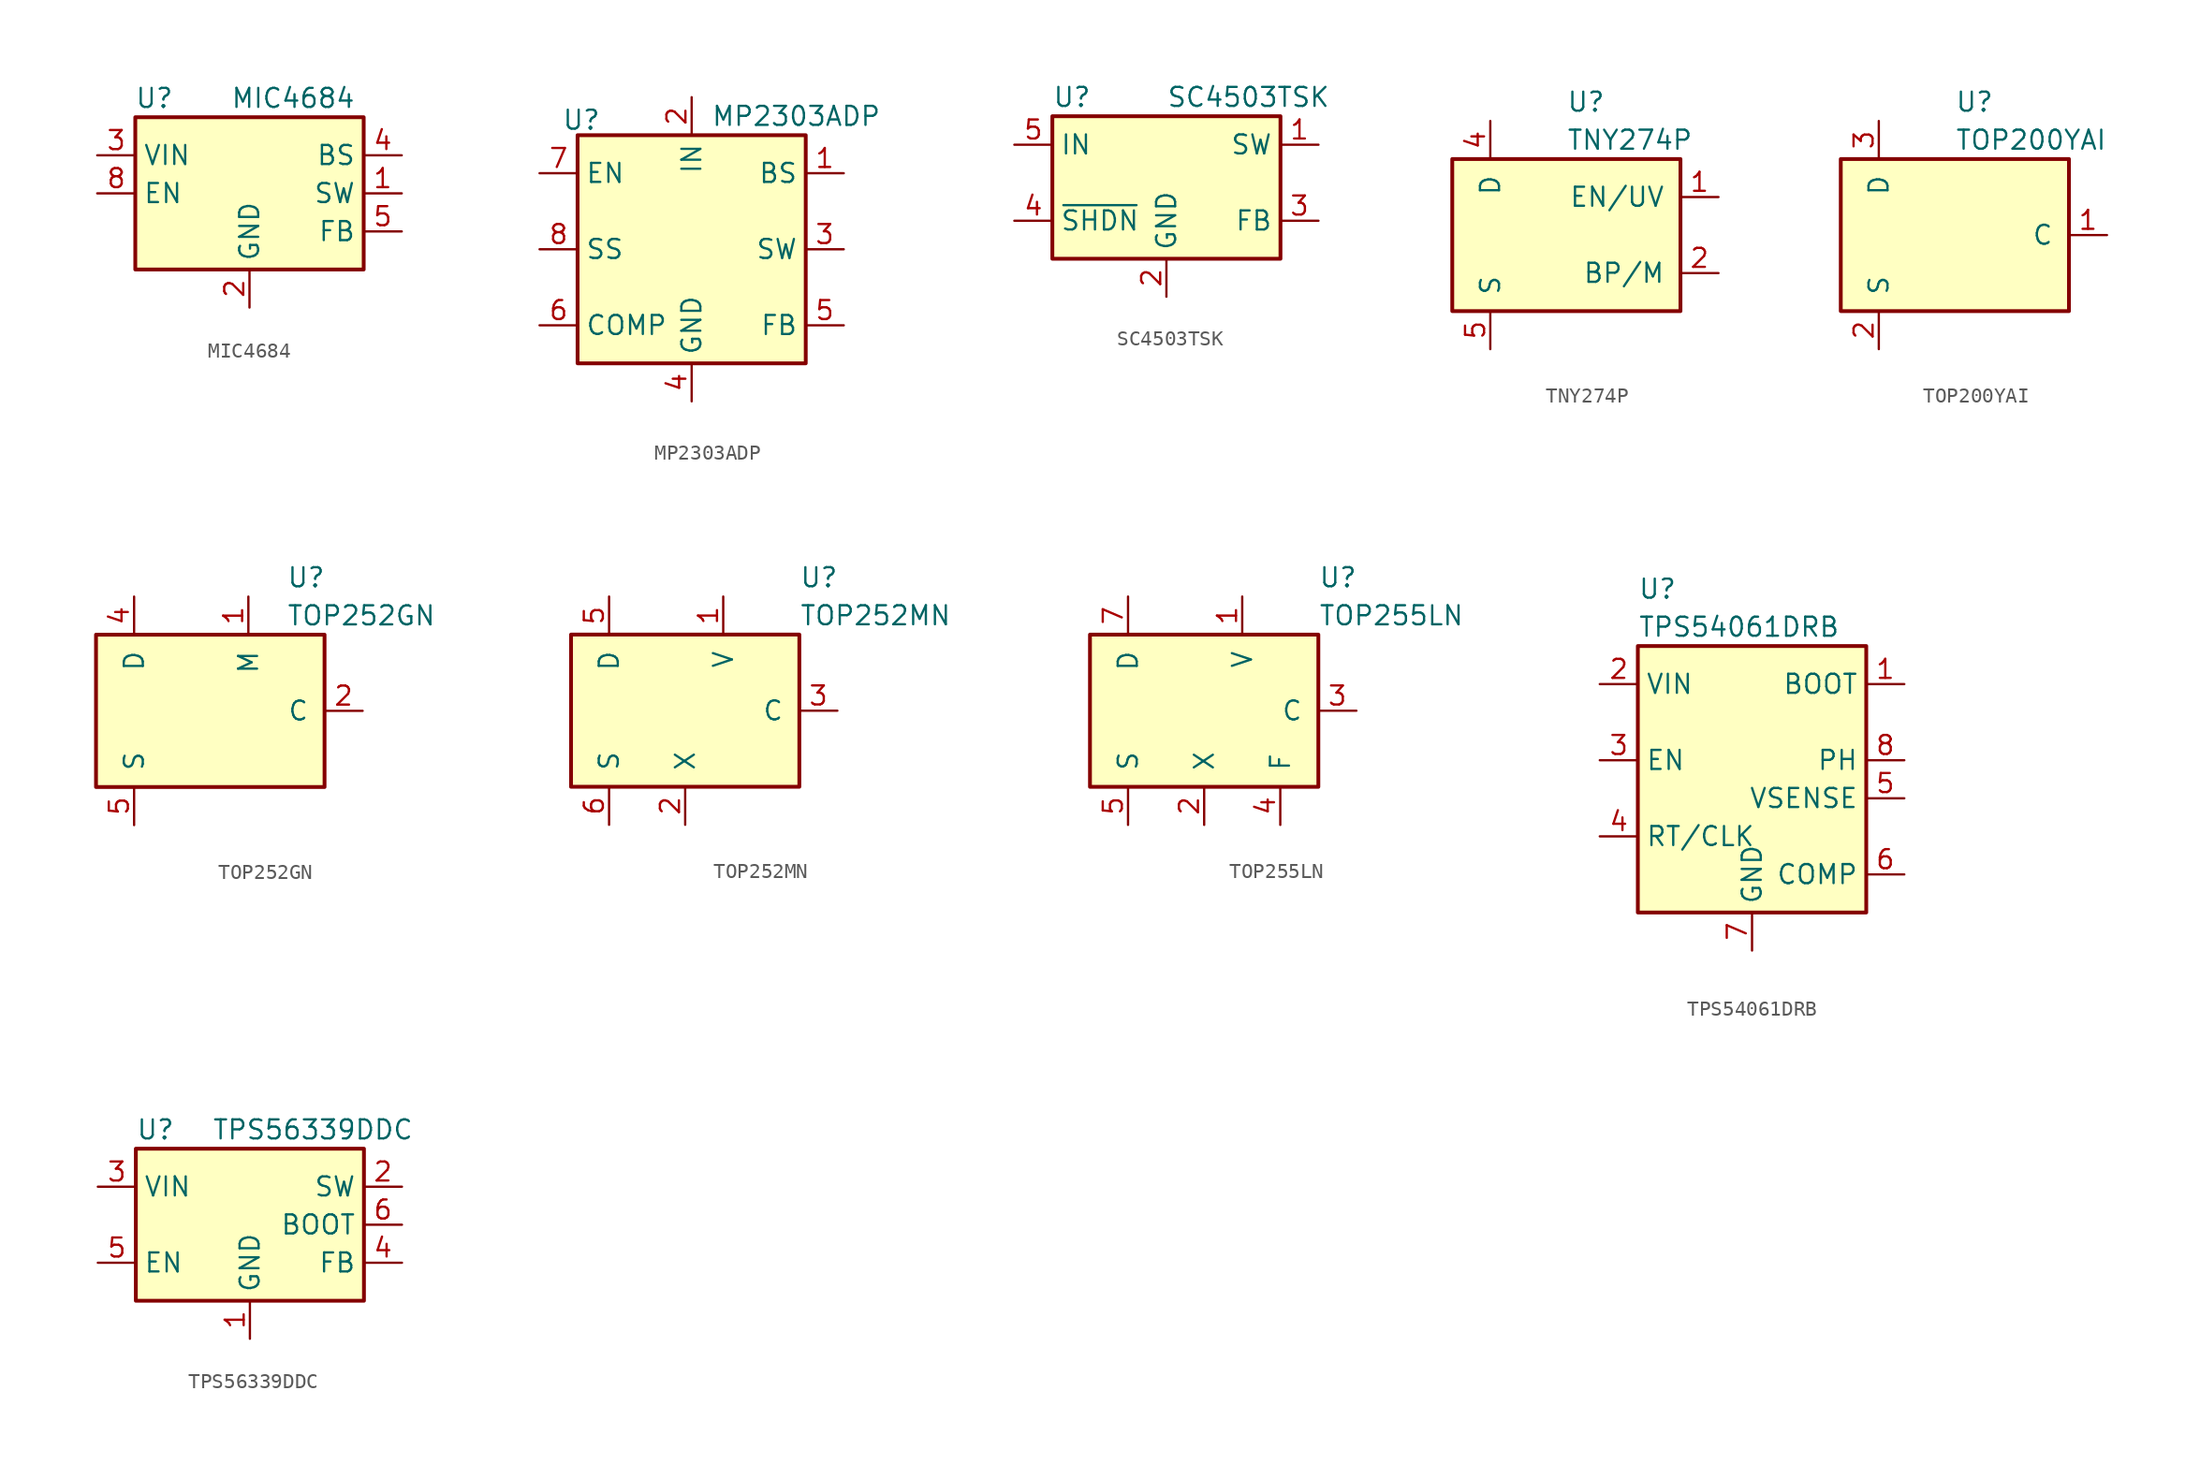
<source format=kicad_sym>
(kicad_symbol_lib
  (version 20201005)
  (generator kicad_symbol_editor)
  (symbol "MIC4684"
    (property "Reference" "U"
      (at -6.35 6.35 0)
      (effects (font (size 1.27 1.27))))
    (property "Value" "MIC4684"
      (at -1.27 6.35 0)
      (effects (font (size 1.27 1.27)) (justify left)))
    (symbol "MIC4684_0_1"
      (rectangle (start -7.62 5.08) (end 7.62 -5.08) (stroke (width 0.254)) (fill (type background))))
    (symbol "MIC4684_1_1"
      (pin power_out line (at 10.16 0 180) (length 2.54) (name "SW" (effects (font (size 1.27 1.27)))) (number "1" (effects (font (size 1.27 1.27)))))
      (pin power_in line (at 0 -7.62 90) (length 2.54) (name "GND" (effects (font (size 1.27 1.27)))) (number "2" (effects (font (size 1.27 1.27)))))
      (pin power_in line (at -10.16 2.54 0) (length 2.54) (name "VIN" (effects (font (size 1.27 1.27)))) (number "3" (effects (font (size 1.27 1.27)))))
      (pin passive line (at 10.16 2.54 180) (length 2.54) (name "BS" (effects (font (size 1.27 1.27)))) (number "4" (effects (font (size 1.27 1.27)))))
      (pin input line (at 10.16 -2.54 180) (length 2.54) (name "FB" (effects (font (size 1.27 1.27)))) (number "5" (effects (font (size 1.27 1.27)))))
      (pin passive line (at 0 -7.62 90) (length 2.54) hide (name "GND" (effects (font (size 1.27 1.27)))) (number "6" (effects (font (size 1.27 1.27)))))
      (pin passive line (at 0 -7.62 90) (length 2.54) hide (name "GND" (effects (font (size 1.27 1.27)))) (number "7" (effects (font (size 1.27 1.27)))))
      (pin input line (at -10.16 0 0) (length 2.54) (name "EN" (effects (font (size 1.27 1.27)))) (number "8" (effects (font (size 1.27 1.27)))))))
  (symbol "MP2303ADP"
    (property "Reference" "U"
      (at -7.366 8.636 0)
      (effects (font (size 1.27 1.27))))
    (property "Value" "MP2303ADP"
      (at 6.985 8.89 0)
      (effects (font (size 1.27 1.27))))
    (symbol "MP2303ADP_0_1"
      (rectangle (start -7.62 7.62) (end 7.62 -7.62) (stroke (width 0.254)) (fill (type background))))
    (symbol "MP2303ADP_1_1"
      (pin passive line (at 10.16 5.08 180) (length 2.54) (name "BS" (effects (font (size 1.27 1.27)))) (number "1" (effects (font (size 1.27 1.27)))))
      (pin power_in line (at 0 10.16 270) (length 2.54) (name "IN" (effects (font (size 1.27 1.27)))) (number "2" (effects (font (size 1.27 1.27)))))
      (pin output line (at 10.16 0 180) (length 2.54) (name "SW" (effects (font (size 1.27 1.27)))) (number "3" (effects (font (size 1.27 1.27)))))
      (pin power_in line (at 0 -10.16 90) (length 2.54) (name "GND" (effects (font (size 1.27 1.27)))) (number "4" (effects (font (size 1.27 1.27)))))
      (pin input line (at 10.16 -5.08 180) (length 2.54) (name "FB" (effects (font (size 1.27 1.27)))) (number "5" (effects (font (size 1.27 1.27)))))
      (pin passive line (at -10.16 -5.08 0) (length 2.54) (name "COMP" (effects (font (size 1.27 1.27)))) (number "6" (effects (font (size 1.27 1.27)))))
      (pin input line (at -10.16 5.08 0) (length 2.54) (name "EN" (effects (font (size 1.27 1.27)))) (number "7" (effects (font (size 1.27 1.27)))))
      (pin input line (at -10.16 0 0) (length 2.54) (name "SS" (effects (font (size 1.27 1.27)))) (number "8" (effects (font (size 1.27 1.27)))))))
  (symbol "SC4503TSK"
    (property "Reference" "U"
      (at -7.62 5.715 0)
      (effects (font (size 1.27 1.27)) (justify left)))
    (property "Value" "SC4503TSK"
      (at 0 5.715 0)
      (effects (font (size 1.27 1.27)) (justify left)))
    (symbol "SC4503TSK_0_1"
      (rectangle (start -7.62 4.445) (end 7.62 -5.08) (stroke (width 0.254)) (fill (type background))))
    (symbol "SC4503TSK_1_1"
      (pin passive line (at 10.16 2.54 180) (length 2.54) (name "SW" (effects (font (size 1.27 1.27)))) (number "1" (effects (font (size 1.27 1.27)))))
      (pin power_in line (at 0 -7.62 90) (length 2.54) (name "GND" (effects (font (size 1.27 1.27)))) (number "2" (effects (font (size 1.27 1.27)))))
      (pin input line (at 10.16 -2.54 180) (length 2.54) (name "FB" (effects (font (size 1.27 1.27)))) (number "3" (effects (font (size 1.27 1.27)))))
      (pin input line (at -10.16 -2.54 0) (length 2.54) (name "~SHDN~" (effects (font (size 1.27 1.27)))) (number "4" (effects (font (size 1.27 1.27)))))
      (pin power_in line (at -10.16 2.54 0) (length 2.54) (name "IN" (effects (font (size 1.27 1.27)))) (number "5" (effects (font (size 1.27 1.27)))))))
  (symbol "TNY274P"
    (pin_names
      (offset 1.016))
    (property "Reference" "U"
      (at 0 8.89 0)
      (effects (font (size 1.27 1.27)) (justify left)))
    (property "Value" "TNY274P"
      (at 0 6.35 0)
      (effects (font (size 1.27 1.27)) (justify left)))
    (symbol "TNY274P_0_1"
      (rectangle (start -7.62 5.08) (end 7.62 -5.08) (stroke (width 0.254)) (fill (type background))))
    (symbol "TNY274P_1_1"
      (pin input line (at 10.16 2.54 180) (length 2.54) (name "EN/UV" (effects (font (size 1.27 1.27)))) (number "1" (effects (font (size 1.27 1.27)))))
      (pin input line (at 10.16 -2.54 180) (length 2.54) (name "BP/M" (effects (font (size 1.27 1.27)))) (number "2" (effects (font (size 1.27 1.27)))))
      (pin open_collector line (at -5.08 7.62 270) (length 2.54) (name "D" (effects (font (size 1.27 1.27)))) (number "4" (effects (font (size 1.27 1.27)))))
      (pin power_in line (at -5.08 -7.62 90) (length 2.54) (name "S" (effects (font (size 1.27 1.27)))) (number "5" (effects (font (size 1.27 1.27)))))
      (pin passive line (at -5.08 -7.62 90) (length 2.54) hide (name "S" (effects (font (size 1.27 1.27)))) (number "6" (effects (font (size 1.27 1.27)))))
      (pin passive line (at -5.08 -7.62 90) (length 2.54) hide (name "S" (effects (font (size 1.27 1.27)))) (number "7" (effects (font (size 1.27 1.27)))))
      (pin passive line (at -5.08 -7.62 90) (length 2.54) hide (name "S" (effects (font (size 1.27 1.27)))) (number "8" (effects (font (size 1.27 1.27)))))))
  (symbol "TOP200YAI"
    (pin_names
      (offset 1.016))
    (property "Reference" "U"
      (at 0 8.89 0)
      (effects (font (size 1.27 1.27)) (justify left)))
    (property "Value" "TOP200YAI"
      (at 0 6.35 0)
      (effects (font (size 1.27 1.27)) (justify left)))
    (symbol "TOP200YAI_0_1"
      (rectangle (start -7.62 5.08) (end 7.62 -5.08) (stroke (width 0.254)) (fill (type background))))
    (symbol "TOP200YAI_1_1"
      (pin input line (at 10.16 0 180) (length 2.54) (name "C" (effects (font (size 1.27 1.27)))) (number "1" (effects (font (size 1.27 1.27)))))
      (pin power_in line (at -5.08 -7.62 90) (length 2.54) (name "S" (effects (font (size 1.27 1.27)))) (number "2" (effects (font (size 1.27 1.27)))))
      (pin open_collector line (at -5.08 7.62 270) (length 2.54) (name "D" (effects (font (size 1.27 1.27)))) (number "3" (effects (font (size 1.27 1.27)))))))
  (symbol "TOP252GN"
    (pin_names
      (offset 1.016))
    (property "Reference" "U"
      (at 5.08 8.89 0)
      (effects (font (size 1.27 1.27)) (justify left)))
    (property "Value" "TOP252GN"
      (at 5.08 6.35 0)
      (effects (font (size 1.27 1.27)) (justify left)))
    (symbol "TOP252GN_0_1"
      (rectangle (start -7.62 5.08) (end 7.62 -5.08) (stroke (width 0.254)) (fill (type background))))
    (symbol "TOP252GN_1_1"
      (pin input line (at 2.54 7.62 270) (length 2.54) (name "M" (effects (font (size 1.27 1.27)))) (number "1" (effects (font (size 1.27 1.27)))))
      (pin input line (at 10.16 0 180) (length 2.54) (name "C" (effects (font (size 1.27 1.27)))) (number "2" (effects (font (size 1.27 1.27)))))
      (pin open_collector line (at -5.08 7.62 270) (length 2.54) (name "D" (effects (font (size 1.27 1.27)))) (number "4" (effects (font (size 1.27 1.27)))))
      (pin power_in line (at -5.08 -7.62 90) (length 2.54) (name "S" (effects (font (size 1.27 1.27)))) (number "5" (effects (font (size 1.27 1.27)))))
      (pin passive line (at -5.08 -7.62 90) (length 2.54) hide (name "S" (effects (font (size 1.27 1.27)))) (number "6" (effects (font (size 1.27 1.27)))))
      (pin passive line (at -5.08 -7.62 90) (length 2.54) hide (name "S" (effects (font (size 1.27 1.27)))) (number "7" (effects (font (size 1.27 1.27)))))
      (pin passive line (at -5.08 -7.62 90) (length 2.54) hide (name "S" (effects (font (size 1.27 1.27)))) (number "8" (effects (font (size 1.27 1.27)))))))
  (symbol "TOP252MN"
    (pin_names
      (offset 1.016))
    (property "Reference" "U"
      (at 7.62 8.89 0)
      (effects (font (size 1.27 1.27)) (justify left)))
    (property "Value" "TOP252MN"
      (at 7.62 6.35 0)
      (effects (font (size 1.27 1.27)) (justify left)))
    (symbol "TOP252MN_0_1"
      (rectangle (start -7.62 5.08) (end 7.62 -5.08) (stroke (width 0.254)) (fill (type background))))
    (symbol "TOP252MN_1_1"
      (pin input line (at 2.54 7.62 270) (length 2.54) (name "V" (effects (font (size 1.27 1.27)))) (number "1" (effects (font (size 1.27 1.27)))))
      (pin passive line (at -5.08 -7.62 90) (length 2.54) hide (name "S" (effects (font (size 1.27 1.27)))) (number "10" (effects (font (size 1.27 1.27)))))
      (pin input line (at 0 -7.62 90) (length 2.54) (name "X" (effects (font (size 1.27 1.27)))) (number "2" (effects (font (size 1.27 1.27)))))
      (pin input line (at 10.16 0 180) (length 2.54) (name "C" (effects (font (size 1.27 1.27)))) (number "3" (effects (font (size 1.27 1.27)))))
      (pin open_collector line (at -5.08 7.62 270) (length 2.54) (name "D" (effects (font (size 1.27 1.27)))) (number "5" (effects (font (size 1.27 1.27)))))
      (pin power_in line (at -5.08 -7.62 90) (length 2.54) (name "S" (effects (font (size 1.27 1.27)))) (number "6" (effects (font (size 1.27 1.27)))))
      (pin passive line (at -5.08 -7.62 90) (length 2.54) hide (name "S" (effects (font (size 1.27 1.27)))) (number "7" (effects (font (size 1.27 1.27)))))
      (pin passive line (at -5.08 -7.62 90) (length 2.54) hide (name "S" (effects (font (size 1.27 1.27)))) (number "8" (effects (font (size 1.27 1.27)))))
      (pin passive line (at -5.08 -7.62 90) (length 2.54) hide (name "S" (effects (font (size 1.27 1.27)))) (number "9" (effects (font (size 1.27 1.27)))))))
  (symbol "TOP255LN"
    (pin_names
      (offset 1.016))
    (property "Reference" "U"
      (at 7.62 8.89 0)
      (effects (font (size 1.27 1.27)) (justify left)))
    (property "Value" "TOP255LN"
      (at 7.62 6.35 0)
      (effects (font (size 1.27 1.27)) (justify left)))
    (symbol "TOP255LN_0_1"
      (rectangle (start -7.62 5.08) (end 7.62 -5.08) (stroke (width 0.254)) (fill (type background))))
    (symbol "TOP255LN_1_1"
      (pin input line (at 2.54 7.62 270) (length 2.54) (name "V" (effects (font (size 1.27 1.27)))) (number "1" (effects (font (size 1.27 1.27)))))
      (pin input line (at 0 -7.62 90) (length 2.54) (name "X" (effects (font (size 1.27 1.27)))) (number "2" (effects (font (size 1.27 1.27)))))
      (pin input line (at 10.16 0 180) (length 2.54) (name "C" (effects (font (size 1.27 1.27)))) (number "3" (effects (font (size 1.27 1.27)))))
      (pin passive line (at 5.08 -7.62 90) (length 2.54) (name "F" (effects (font (size 1.27 1.27)))) (number "4" (effects (font (size 1.27 1.27)))))
      (pin power_in line (at -5.08 -7.62 90) (length 2.54) (name "S" (effects (font (size 1.27 1.27)))) (number "5" (effects (font (size 1.27 1.27)))))
      (pin open_collector line (at -5.08 7.62 270) (length 2.54) (name "D" (effects (font (size 1.27 1.27)))) (number "7" (effects (font (size 1.27 1.27)))))))
  (symbol "TPS54061DRB"
    (property "Reference" "U"
      (at -7.62 11.43 0)
      (effects (font (size 1.27 1.27)) (justify left)))
    (property "Value" "TPS54061DRB"
      (at -7.62 8.89 0)
      (effects (font (size 1.27 1.27)) (justify left)))
    (symbol "TPS54061DRB_0_1"
      (rectangle (start -7.62 7.62) (end 7.62 -10.16) (stroke (width 0.254)) (fill (type background))))
    (symbol "TPS54061DRB_1_1"
      (pin passive line (at 10.16 5.08 180) (length 2.54) (name "BOOT" (effects (font (size 1.27 1.27)))) (number "1" (effects (font (size 1.27 1.27)))))
      (pin power_in line (at -10.16 5.08 0) (length 2.54) (name "VIN" (effects (font (size 1.27 1.27)))) (number "2" (effects (font (size 1.27 1.27)))))
      (pin input line (at -10.16 0 0) (length 2.54) (name "EN" (effects (font (size 1.27 1.27)))) (number "3" (effects (font (size 1.27 1.27)))))
      (pin passive line (at -10.16 -5.08 0) (length 2.54) (name "RT/CLK" (effects (font (size 1.27 1.27)))) (number "4" (effects (font (size 1.27 1.27)))))
      (pin input line (at 10.16 -2.54 180) (length 2.54) (name "VSENSE" (effects (font (size 1.27 1.27)))) (number "5" (effects (font (size 1.27 1.27)))))
      (pin passive line (at 10.16 -7.62 180) (length 2.54) (name "COMP" (effects (font (size 1.27 1.27)))) (number "6" (effects (font (size 1.27 1.27)))))
      (pin power_in line (at 0 -12.7 90) (length 2.54) (name "GND" (effects (font (size 1.27 1.27)))) (number "7" (effects (font (size 1.27 1.27)))))
      (pin power_out line (at 10.16 0 180) (length 2.54) (name "PH" (effects (font (size 1.27 1.27)))) (number "8" (effects (font (size 1.27 1.27)))))
      (pin passive line (at 0 -12.7 90) (length 2.54) hide (name "GND" (effects (font (size 1.27 1.27)))) (number "9" (effects (font (size 1.27 1.27)))))))
  (symbol "TPS56339DDC"
    (property "Reference" "U"
      (at -7.62 6.35 0)
      (effects (font (size 1.27 1.27)) (justify left)))
    (property "Value" "TPS56339DDC"
      (at -2.54 6.35 0)
      (effects (font (size 1.27 1.27)) (justify left)))
    (symbol "TPS56339DDC_0_1"
      (rectangle (start -7.62 5.08) (end 7.62 -5.08) (stroke (width 0.254)) (fill (type background))))
    (symbol "TPS56339DDC_1_1"
      (pin power_in line (at 0 -7.62 90) (length 2.54) (name "GND" (effects (font (size 1.27 1.27)))) (number "1" (effects (font (size 1.27 1.27)))))
      (pin power_out line (at 10.16 2.54 180) (length 2.54) (name "SW" (effects (font (size 1.27 1.27)))) (number "2" (effects (font (size 1.27 1.27)))))
      (pin power_in line (at -10.16 2.54 0) (length 2.54) (name "VIN" (effects (font (size 1.27 1.27)))) (number "3" (effects (font (size 1.27 1.27)))))
      (pin input line (at 10.16 -2.54 180) (length 2.54) (name "FB" (effects (font (size 1.27 1.27)))) (number "4" (effects (font (size 1.27 1.27)))))
      (pin input line (at -10.16 -2.54 0) (length 2.54) (name "EN" (effects (font (size 1.27 1.27)))) (number "5" (effects (font (size 1.27 1.27)))))
      (pin passive line (at 10.16 0 180) (length 2.54) (name "BOOT" (effects (font (size 1.27 1.27)))) (number "6" (effects (font (size 1.27 1.27))))))))
</source>
